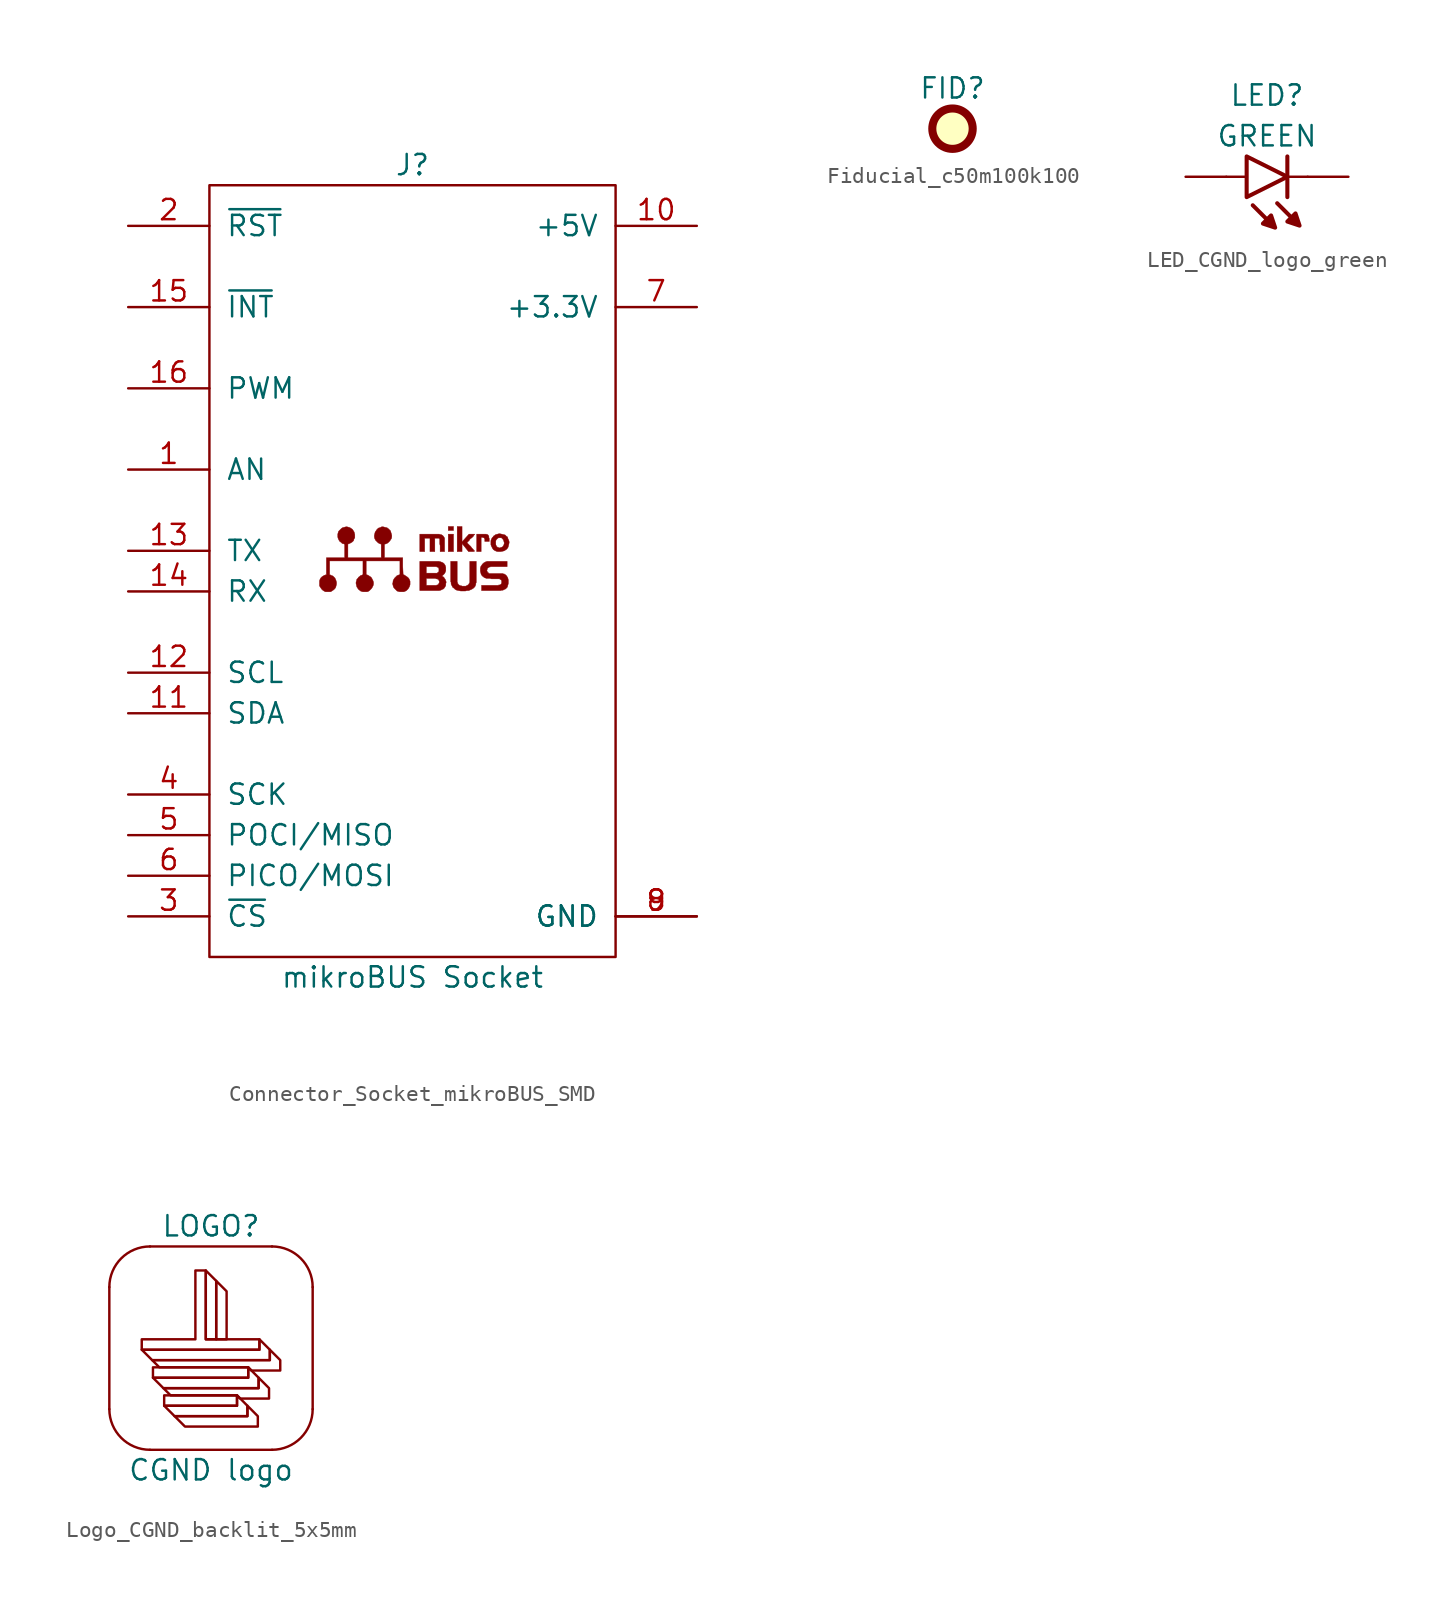
<source format=kicad_sym>
(kicad_symbol_lib
  (version 20231120)
  (generator "kicad_symbol_editor")
  (generator_version "8.0")
  (symbol "Connector_Socket_mikroBUS_SMD"
    (pin_names
      (offset 1.016))
    (property "Reference" "J"
      (at 0 26.67 0)
      (effects (font (size 1.27 1.27))))
    (property "Value" "mikroBUS Socket"
      (at 0 -24.13 0)
      (effects (font (size 1.27 1.27))))
    (symbol "Connector_Socket_mikroBUS_SMD_0_0"
      (polyline (pts (xy 2.565 3.581) (xy 2.235 3.581) (xy 2.235 2.489) (xy 2.565 2.489) (xy 2.565 3.581)) (stroke (width 0.025) (type default)) (fill (type outline)))
      (polyline (pts (xy 2.565 4.064) (xy 2.235 4.064) (xy 2.235 3.81) (xy 2.565 3.81) (xy 2.565 4.064)) (stroke (width 0.025) (type default)) (fill (type outline)))
      (polyline (pts (xy 4.293 3.378) (xy 4.394 3.378) (xy 4.445 3.353) (xy 4.47 3.353) (xy 4.496 3.327) (xy 4.496 3.302) (xy 4.521 3.277) (xy 4.521 3.124) (xy 4.801 3.124) (xy 4.801 3.302) (xy 4.775 3.378) (xy 4.775 3.454) (xy 4.75 3.48) (xy 4.75 3.505) (xy 4.699 3.556) (xy 4.648 3.556) (xy 4.623 3.581) (xy 4.013 3.581) (xy 4.013 2.489) (xy 4.293 2.489) (xy 4.293 3.378)) (stroke (width 0.025) (type default)) (fill (type outline)))
      (polyline (pts (xy 0.762 3.327) (xy 1.092 3.327) (xy 1.092 2.489) (xy 1.397 2.489) (xy 1.397 3.327) (xy 1.651 3.327) (xy 1.702 3.277) (xy 1.702 2.972) (xy 1.727 2.87) (xy 1.727 2.489) (xy 2.007 2.489) (xy 2.007 3.327) (xy 1.981 3.378) (xy 1.93 3.454) (xy 1.88 3.505) (xy 1.829 3.531) (xy 1.803 3.531) (xy 1.803 3.556) (xy 1.727 3.556) (xy 1.676 3.581) (xy 0.457 3.581) (xy 0.457 2.489) (xy 0.762 2.489) (xy 0.762 3.327)) (stroke (width 0.025) (type default)) (fill (type outline)))
      (polyline (pts (xy 3.099 2.997) (xy 3.505 2.489) (xy 3.81 2.489) (xy 3.861 2.515) (xy 3.886 2.515) (xy 3.886 2.54) (xy 3.835 2.565) (xy 3.81 2.616) (xy 3.708 2.718) (xy 3.658 2.794) (xy 3.404 3.048) (xy 3.556 3.2) (xy 3.581 3.251) (xy 3.632 3.302) (xy 3.708 3.353) (xy 3.81 3.454) (xy 3.835 3.505) (xy 3.886 3.556) (xy 3.886 3.581) (xy 3.531 3.581) (xy 3.302 3.327) (xy 3.099 3.099) (xy 3.099 4.064) (xy 2.794 4.064) (xy 2.794 2.489) (xy 3.099 2.489) (xy 3.099 2.997)) (stroke (width 0.025) (type default)) (fill (type outline)))
      (polyline (pts (xy 3.404 0.051) (xy 3.505 0.051) (xy 3.632 0.102) (xy 3.734 0.152) (xy 3.81 0.203) (xy 3.886 0.279) (xy 3.937 0.356) (xy 3.937 0.406) (xy 3.962 0.432) (xy 3.962 0.508) (xy 3.988 0.559) (xy 3.988 1.88) (xy 3.581 1.88) (xy 3.581 0.559) (xy 3.531 0.483) (xy 3.505 0.432) (xy 3.429 0.381) (xy 3.327 0.33) (xy 3.099 0.33) (xy 3.048 0.356) (xy 2.997 0.356) (xy 2.946 0.381) (xy 2.87 0.432) (xy 2.845 0.483) (xy 2.819 0.508) (xy 2.819 0.559) (xy 2.794 0.584) (xy 2.794 1.88) (xy 2.388 1.88) (xy 2.388 0.61) (xy 2.413 0.559) (xy 2.413 0.457) (xy 2.515 0.254) (xy 2.591 0.203) (xy 2.667 0.127) (xy 2.769 0.076) (xy 3.023 0.025) (xy 3.302 0.025) (xy 3.404 0.051)) (stroke (width 0.025) (type default)) (fill (type outline)))
      (polyline (pts (xy 5.639 2.515) (xy 5.74 2.54) (xy 5.893 2.642) (xy 5.969 2.743) (xy 5.994 2.819) (xy 6.02 2.921) (xy 6.045 3.048) (xy 6.045 3.099) (xy 6.02 3.2) (xy 5.969 3.302) (xy 5.944 3.404) (xy 5.867 3.454) (xy 5.791 3.531) (xy 5.588 3.581) (xy 5.461 3.607) (xy 5.41 3.607) (xy 5.207 3.556) (xy 5.055 3.454) (xy 5.055 3.429) (xy 4.978 3.353) (xy 4.928 3.251) (xy 4.902 3.175) (xy 4.902 2.946) (xy 4.902 2.921) (xy 5.207 2.921) (xy 5.207 3.15) (xy 5.232 3.226) (xy 5.334 3.327) (xy 5.385 3.353) (xy 5.563 3.353) (xy 5.664 3.251) (xy 5.69 3.2) (xy 5.715 3.124) (xy 5.74 3.023) (xy 5.715 2.921) (xy 5.69 2.87) (xy 5.639 2.794) (xy 5.588 2.769) (xy 5.436 2.718) (xy 5.385 2.743) (xy 5.309 2.769) (xy 5.258 2.819) (xy 5.207 2.921) (xy 4.902 2.921) (xy 4.928 2.845) (xy 5.004 2.692) (xy 5.055 2.616) (xy 5.131 2.565) (xy 5.232 2.515) (xy 5.334 2.489) (xy 5.512 2.489) (xy 5.639 2.515)) (stroke (width 0.025) (type default)) (fill (type outline)))
      (polyline (pts (xy 1.727 0.076) (xy 1.778 0.076) (xy 1.803 0.102) (xy 1.829 0.102) (xy 1.854 0.127) (xy 1.93 0.152) (xy 1.981 0.203) (xy 2.032 0.279) (xy 2.083 0.381) (xy 2.083 0.483) (xy 2.108 0.584) (xy 2.057 0.737) (xy 1.956 0.889) (xy 1.88 0.94) (xy 1.829 0.965) (xy 1.88 0.991) (xy 2.007 1.118) (xy 2.057 1.219) (xy 2.083 1.295) (xy 2.083 1.499) (xy 2.057 1.6) (xy 2.032 1.651) (xy 1.981 1.727) (xy 1.93 1.778) (xy 1.854 1.803) (xy 1.854 1.829) (xy 1.803 1.829) (xy 1.778 1.854) (xy 1.702 1.854) (xy 1.676 1.88) (xy 0.457 1.88) (xy 0.457 1.143) (xy 0.864 1.143) (xy 0.864 1.549) (xy 1.499 1.549) (xy 1.524 1.524) (xy 1.549 1.524) (xy 1.6 1.499) (xy 1.626 1.473) (xy 1.651 1.422) (xy 1.651 1.245) (xy 1.575 1.168) (xy 1.549 1.168) (xy 1.549 1.143) (xy 0.864 1.143) (xy 0.457 1.143) (xy 0.457 0.381) (xy 0.864 0.381) (xy 0.864 0.813) (xy 1.448 0.813) (xy 1.473 0.787) (xy 1.549 0.787) (xy 1.575 0.762) (xy 1.626 0.737) (xy 1.676 0.635) (xy 1.676 0.559) (xy 1.626 0.457) (xy 1.575 0.406) (xy 1.524 0.406) (xy 1.499 0.381) (xy 0.864 0.381) (xy 0.457 0.381) (xy 0.457 0.051) (xy 1.676 0.051) (xy 1.727 0.076)) (stroke (width 0.025) (type default)) (fill (type outline)))
      (polyline (pts (xy 5.563 0.076) (xy 5.664 0.076) (xy 5.69 0.102) (xy 5.715 0.102) (xy 5.74 0.127) (xy 5.817 0.152) (xy 5.918 0.254) (xy 5.944 0.305) (xy 5.944 0.33) (xy 5.969 0.406) (xy 5.994 0.508) (xy 5.994 0.711) (xy 5.969 0.813) (xy 5.944 0.889) (xy 5.918 0.914) (xy 5.893 0.965) (xy 5.817 1.041) (xy 5.766 1.067) (xy 5.74 1.092) (xy 5.69 1.092) (xy 5.639 1.118) (xy 4.801 1.118) (xy 4.75 1.143) (xy 4.75 1.168) (xy 4.699 1.194) (xy 4.674 1.245) (xy 4.648 1.321) (xy 4.674 1.372) (xy 4.674 1.422) (xy 4.75 1.499) (xy 4.775 1.499) (xy 4.775 1.524) (xy 4.851 1.524) (xy 4.877 1.549) (xy 5.918 1.549) (xy 5.918 1.88) (xy 4.648 1.88) (xy 4.623 1.854) (xy 4.572 1.854) (xy 4.547 1.829) (xy 4.521 1.829) (xy 4.496 1.803) (xy 4.445 1.778) (xy 4.369 1.702) (xy 4.267 1.549) (xy 4.242 1.448) (xy 4.242 1.27) (xy 4.293 1.067) (xy 4.343 0.991) (xy 4.394 0.94) (xy 4.47 0.889) (xy 4.47 0.864) (xy 4.521 0.864) (xy 4.547 0.838) (xy 4.572 0.838) (xy 4.623 0.813) (xy 4.851 0.813) (xy 4.928 0.787) (xy 5.461 0.787) (xy 5.461 0.762) (xy 5.563 0.711) (xy 5.563 0.66) (xy 5.588 0.584) (xy 5.563 0.533) (xy 5.563 0.483) (xy 5.512 0.432) (xy 5.461 0.406) (xy 5.385 0.406) (xy 5.385 0.381) (xy 4.318 0.381) (xy 4.318 0.051) (xy 5.512 0.051) (xy 5.563 0.076)) (stroke (width 0.025) (type default)) (fill (type outline)))
      (polyline (pts (xy -5.08 0) (xy -4.928 0.102) (xy -4.851 0.178) (xy -4.801 0.254) (xy -4.75 0.457) (xy -4.75 0.559) (xy -4.775 0.66) (xy -4.801 0.737) (xy -4.851 0.838) (xy -4.978 0.965) (xy -5.055 0.991) (xy -5.156 1.041) (xy -5.182 1.041) (xy -5.182 1.905) (xy -3.099 1.905) (xy -3.099 1.041) (xy -3.124 1.041) (xy -3.175 1.016) (xy -3.251 0.991) (xy -3.302 0.94) (xy -3.378 0.889) (xy -3.404 0.838) (xy -3.48 0.762) (xy -3.505 0.66) (xy -3.531 0.584) (xy -3.531 0.483) (xy -3.48 0.279) (xy -3.378 0.127) (xy -3.277 0.051) (xy -3.251 0.025) (xy -3.099 -0.025) (xy -2.845 -0.025) (xy -2.769 0) (xy -2.692 0.051) (xy -2.565 0.178) (xy -2.515 0.254) (xy -2.464 0.356) (xy -2.438 0.457) (xy -2.438 0.559) (xy -2.464 0.66) (xy -2.54 0.813) (xy -2.591 0.889) (xy -2.743 0.991) (xy -2.845 1.041) (xy -2.896 1.041) (xy -2.896 1.905) (xy -0.787 1.905) (xy -0.787 1.041) (xy -0.838 1.041) (xy -0.889 1.016) (xy -0.965 0.991) (xy -1.118 0.838) (xy -1.168 0.762) (xy -1.219 0.66) (xy -1.219 0.584) (xy -1.245 0.483) (xy -1.194 0.279) (xy -1.143 0.203) (xy -0.965 0.025) (xy -0.889 0) (xy -0.787 -0.025) (xy -0.559 -0.025) (xy -0.483 0) (xy -0.381 0.051) (xy -0.279 0.152) (xy -0.229 0.229) (xy -0.178 0.33) (xy -0.152 0.432) (xy -0.152 0.635) (xy -0.178 0.711) (xy -0.229 0.813) (xy -0.305 0.889) (xy -0.533 1.041) (xy -0.584 1.041) (xy -0.61 1.575) (xy -0.61 2.108) (xy -1.753 2.108) (xy -1.753 2.946) (xy -1.6 2.997) (xy -1.524 3.048) (xy -1.422 3.15) (xy -1.321 3.302) (xy -1.295 3.404) (xy -1.295 3.505) (xy -1.321 3.607) (xy -1.346 3.683) (xy -1.372 3.785) (xy -1.499 3.912) (xy -1.6 3.988) (xy -1.626 3.988) (xy -1.829 4.039) (xy -1.93 4.039) (xy -2.032 3.988) (xy -2.134 3.962) (xy -2.235 3.861) (xy -2.337 3.708) (xy -2.388 3.505) (xy -2.388 3.404) (xy -2.362 3.302) (xy -2.311 3.2) (xy -2.159 3.048) (xy -2.083 2.997) (xy -2.007 2.972) (xy -1.956 2.946) (xy -1.956 2.108) (xy -4.039 2.108) (xy -4.039 2.946) (xy -4.013 2.972) (xy -3.937 2.997) (xy -3.835 3.048) (xy -3.759 3.099) (xy -3.683 3.175) (xy -3.658 3.277) (xy -3.607 3.353) (xy -3.607 3.556) (xy -3.632 3.658) (xy -3.658 3.734) (xy -3.759 3.886) (xy -3.912 3.988) (xy -3.988 4.013) (xy -4.089 4.039) (xy -4.166 4.039) (xy -4.369 3.988) (xy -4.445 3.937) (xy -4.623 3.759) (xy -4.648 3.683) (xy -4.674 3.581) (xy -4.674 3.404) (xy -4.648 3.302) (xy -4.597 3.2) (xy -4.547 3.124) (xy -4.47 3.073) (xy -4.394 2.997) (xy -4.293 2.972) (xy -4.242 2.946) (xy -4.242 2.108) (xy -5.385 2.108) (xy -5.385 1.041) (xy -5.436 1.041) (xy -5.461 1.016) (xy -5.512 1.016) (xy -5.537 0.991) (xy -5.588 0.965) (xy -5.664 0.914) (xy -5.74 0.838) (xy -5.791 0.737) (xy -5.817 0.66) (xy -5.817 0.356) (xy -5.791 0.305) (xy -5.69 0.152) (xy -5.613 0.076) (xy -5.537 0.025) (xy -5.436 -0.025) (xy -5.131 -0.025) (xy -5.08 0)) (stroke (width 0.025) (type default)) (fill (type outline))))
    (symbol "Connector_Socket_mikroBUS_SMD_1_0"
      (pin bidirectional line (at -17.78 7.62 0) (length 5.08) (name "AN" (effects (font (size 1.27 1.27)))) (number "1" (effects (font (size 1.27 1.27)))))
      (pin power_in line (at 17.78 22.86 180) (length 5.08) (name "+5V" (effects (font (size 1.27 1.27)))) (number "10" (effects (font (size 1.27 1.27)))))
      (pin bidirectional line (at -17.78 -7.62 0) (length 5.08) (name "SDA" (effects (font (size 1.27 1.27)))) (number "11" (effects (font (size 1.27 1.27)))))
      (pin bidirectional line (at -17.78 -5.08 0) (length 5.08) (name "SCL" (effects (font (size 1.27 1.27)))) (number "12" (effects (font (size 1.27 1.27)))))
      (pin bidirectional line (at -17.78 2.54 0) (length 5.08) (name "TX" (effects (font (size 1.27 1.27)))) (number "13" (effects (font (size 1.27 1.27)))))
      (pin bidirectional line (at -17.78 0 0) (length 5.08) (name "RX" (effects (font (size 1.27 1.27)))) (number "14" (effects (font (size 1.27 1.27)))))
      (pin bidirectional line (at -17.78 17.78 0) (length 5.08) (name "~{INT}" (effects (font (size 1.27 1.27)))) (number "15" (effects (font (size 1.27 1.27)))))
      (pin bidirectional line (at -17.78 12.7 0) (length 5.08) (name "PWM" (effects (font (size 1.27 1.27)))) (number "16" (effects (font (size 1.27 1.27)))))
      (pin bidirectional line (at -17.78 22.86 0) (length 5.08) (name "~{RST}" (effects (font (size 1.27 1.27)))) (number "2" (effects (font (size 1.27 1.27)))))
      (pin bidirectional line (at -17.78 -20.32 0) (length 5.08) (name "~{CS}" (effects (font (size 1.27 1.27)))) (number "3" (effects (font (size 1.27 1.27)))))
      (pin bidirectional line (at -17.78 -12.7 0) (length 5.08) (name "SCK" (effects (font (size 1.27 1.27)))) (number "4" (effects (font (size 1.27 1.27)))))
      (pin bidirectional line (at -17.78 -15.24 0) (length 5.08) (name "POCI/MISO" (effects (font (size 1.27 1.27)))) (number "5" (effects (font (size 1.27 1.27)))))
      (pin bidirectional line (at -17.78 -17.78 0) (length 5.08) (name "PICO/MOSI" (effects (font (size 1.27 1.27)))) (number "6" (effects (font (size 1.27 1.27)))))
      (pin power_in line (at 17.78 17.78 180) (length 5.08) (name "+3.3V" (effects (font (size 1.27 1.27)))) (number "7" (effects (font (size 1.27 1.27)))))
      (pin power_in line (at 17.78 -20.32 180) (length 5.08) (name "GND" (effects (font (size 1.27 1.27)))) (number "8" (effects (font (size 1.27 1.27)))))
      (pin power_in line (at 17.78 -20.32 180) (length 5.08) (name "GND" (effects (font (size 1.27 1.27)))) (number "9" (effects (font (size 1.27 1.27))))))
    (symbol "Connector_Socket_mikroBUS_SMD_1_1"
      (rectangle (start -12.7 25.4) (end 12.7 -22.86) (stroke (width 0) (type default)) (fill (type none)))))
  (symbol "Fiducial_c50m100k100"
    (pin_names
      (offset 0))
    (property "Reference" "FID"
      (at 0 2.54 0)
      (effects (font (size 1.27 1.27))))
    (symbol "Fiducial_c50m100k100_0_1"
      (circle (center 0 0) (radius 1.27) (stroke (width 0.508) (type default)) (fill (type background)))))
  (symbol "LED_CGND_logo_green"
    (pin_numbers hide)
    (pin_names
      (offset 0) hide)
    (property "Reference" "LED"
      (at 0 5.08 0)
      (effects (font (size 1.27 1.27))))
    (property "Value" "GREEN"
      (at 0 2.54 0)
      (effects (font (size 1.27 1.27))))
    (symbol "LED_CGND_logo_green_0_1"
      (polyline (pts (xy -1.27 0) (xy -2.54 0)) (stroke (width 0) (type default)) (fill (type none)))
      (polyline (pts (xy 1.27 -1.27) (xy 1.27 1.27)) (stroke (width 0.254) (type default)) (fill (type none)))
      (polyline (pts (xy 1.27 0) (xy 2.54 0)) (stroke (width 0) (type default)) (fill (type none)))
      (polyline (pts (xy -1.27 1.27) (xy -1.27 -1.27) (xy 1.27 0) (xy -1.27 1.27)) (stroke (width 0.254) (type default)) (fill (type none)))
      (polyline (pts (xy -0.889 -1.778) (xy 0.508 -3.175) (xy 0.254 -2.413) (xy -0.254 -2.921) (xy 0.508 -3.175)) (stroke (width 0.254) (type default)) (fill (type outline)))
      (polyline (pts (xy 0.635 -1.651) (xy 2.032 -3.048) (xy 1.27 -2.794) (xy 1.778 -2.286) (xy 2.032 -3.048)) (stroke (width 0.254) (type default)) (fill (type outline))))
    (symbol "LED_CGND_logo_green_1_1"
      (pin passive line (at -5.08 0 0) (length 2.54) (name "Anode" (effects (font (size 1.27 1.27)))) (number "A" (effects (font (size 1.27 1.27)))))
      (pin passive line (at 5.08 0 180) (length 2.54) (name "Cathode" (effects (font (size 1.27 1.27)))) (number "C" (effects (font (size 1.27 1.27)))))))
  (symbol "Logo_CGND_backlit_5x5mm"
    (pin_names
      (offset 1.016))
    (property "Reference" "LOGO"
      (at 0 7.62 0)
      (effects (font (size 1.27 1.27))))
    (property "Value" "CGND logo"
      (at 0 -7.62 0)
      (effects (font (size 1.27 1.27))))
    (symbol "Logo_CGND_backlit_5x5mm_0_0"
      (polyline (pts (xy -3.625 -1.2) (xy 2.325 -1.2) (xy 2.325 -1.85) (xy -3.625 -1.85) (xy -3.625 -1.2)) (stroke (width 0) (type default)) (fill (type none)))
      (polyline (pts (xy -2.925 -2.95) (xy 1.625 -2.95) (xy 1.625 -3.6) (xy -2.925 -3.6) (xy -2.925 -2.95)) (stroke (width 0) (type default)) (fill (type none)))
      (polyline (pts (xy -0.325 4.85) (xy 0.325 4.2) (xy 0.325 0.55) (xy -0.325 0.55) (xy -0.325 4.85)) (stroke (width 0) (type default)) (fill (type none)))
      (polyline (pts (xy 0.325 4.2) (xy 0.975 3.55) (xy 0.975 0.55) (xy 0.325 0.55) (xy 0.325 4.2)) (stroke (width 0) (type default)) (fill (type none)))
      (polyline (pts (xy -4.325 -0.1) (xy 3.025 -0.1) (xy 3.025 0.55) (xy 3.675 -0.1) (xy 3.675 -0.75) (xy -3.675 -0.75) (xy -4.325 -0.1)) (stroke (width 0) (type default)) (fill (type none)))
      (polyline (pts (xy -3.625 -1.85) (xy 2.325 -1.85) (xy 2.325 -1.2) (xy 2.975 -1.85) (xy 2.975 -2.5) (xy -2.975 -2.5) (xy -3.625 -1.85)) (stroke (width 0) (type default)) (fill (type none)))
      (polyline (pts (xy -2.925 -3.6) (xy 1.625 -3.6) (xy 1.625 -2.95) (xy 2.275 -3.6) (xy 2.275 -4.25) (xy -2.275 -4.25) (xy -2.925 -3.6)) (stroke (width 0) (type default)) (fill (type none)))
      (polyline (pts (xy -2.275 -4.25) (xy 2.275 -4.25) (xy 2.275 -3.6) (xy 2.925 -4.25) (xy 2.925 -4.9) (xy -1.625 -4.9) (xy -2.275 -4.25)) (stroke (width 0) (type default)) (fill (type none)))
      (polyline (pts (xy -3.675 -0.75) (xy 3.675 -0.75) (xy 3.675 -0.1) (xy 4.325 -0.75) (xy 4.325 -1.4) (xy 2.525 -1.4) (xy 2.325 -1.2) (xy -3.225 -1.2) (xy -3.675 -0.75)) (stroke (width 0) (type default)) (fill (type none)))
      (polyline (pts (xy -2.975 -2.5) (xy 2.975 -2.5) (xy 2.975 -1.85) (xy 3.625 -2.5) (xy 3.625 -3.15) (xy 1.825 -3.15) (xy 1.625 -2.95) (xy -2.525 -2.95) (xy -2.975 -2.5)) (stroke (width 0) (type default)) (fill (type none)))
      (polyline (pts (xy -0.975 4.85) (xy -0.325 4.85) (xy -0.325 0.55) (xy 3.025 0.55) (xy 3.025 -0.1) (xy -4.325 -0.1) (xy -4.325 0.55) (xy -0.975 0.55) (xy -0.975 4.85)) (stroke (width 0) (type default)) (fill (type none))))
    (symbol "Logo_CGND_backlit_5x5mm_0_1"
      (arc (start -6.35 -3.81) (mid -5.6061 -5.6061) (end -3.81 -6.35) (stroke (width 0) (type default)) (fill (type none)))
      (arc (start -3.81 6.35) (mid -5.6061 5.6061) (end -6.35 3.81) (stroke (width 0) (type default)) (fill (type none)))
      (polyline (pts (xy -6.35 -3.81) (xy -6.35 3.81)) (stroke (width 0) (type default)) (fill (type none)))
      (polyline (pts (xy -3.81 6.35) (xy 3.81 6.35)) (stroke (width 0) (type default)) (fill (type none)))
      (polyline (pts (xy 3.81 -6.35) (xy -3.81 -6.35)) (stroke (width 0) (type default)) (fill (type none)))
      (polyline (pts (xy 6.35 3.81) (xy 6.35 -3.81)) (stroke (width 0) (type default)) (fill (type none)))
      (arc (start 3.81 -6.35) (mid 5.6061 -5.6061) (end 6.35 -3.81) (stroke (width 0) (type default)) (fill (type none)))
      (arc (start 6.35 3.81) (mid 5.6061 5.6061) (end 3.81 6.35) (stroke (width 0) (type default)) (fill (type none))))))
</source>
